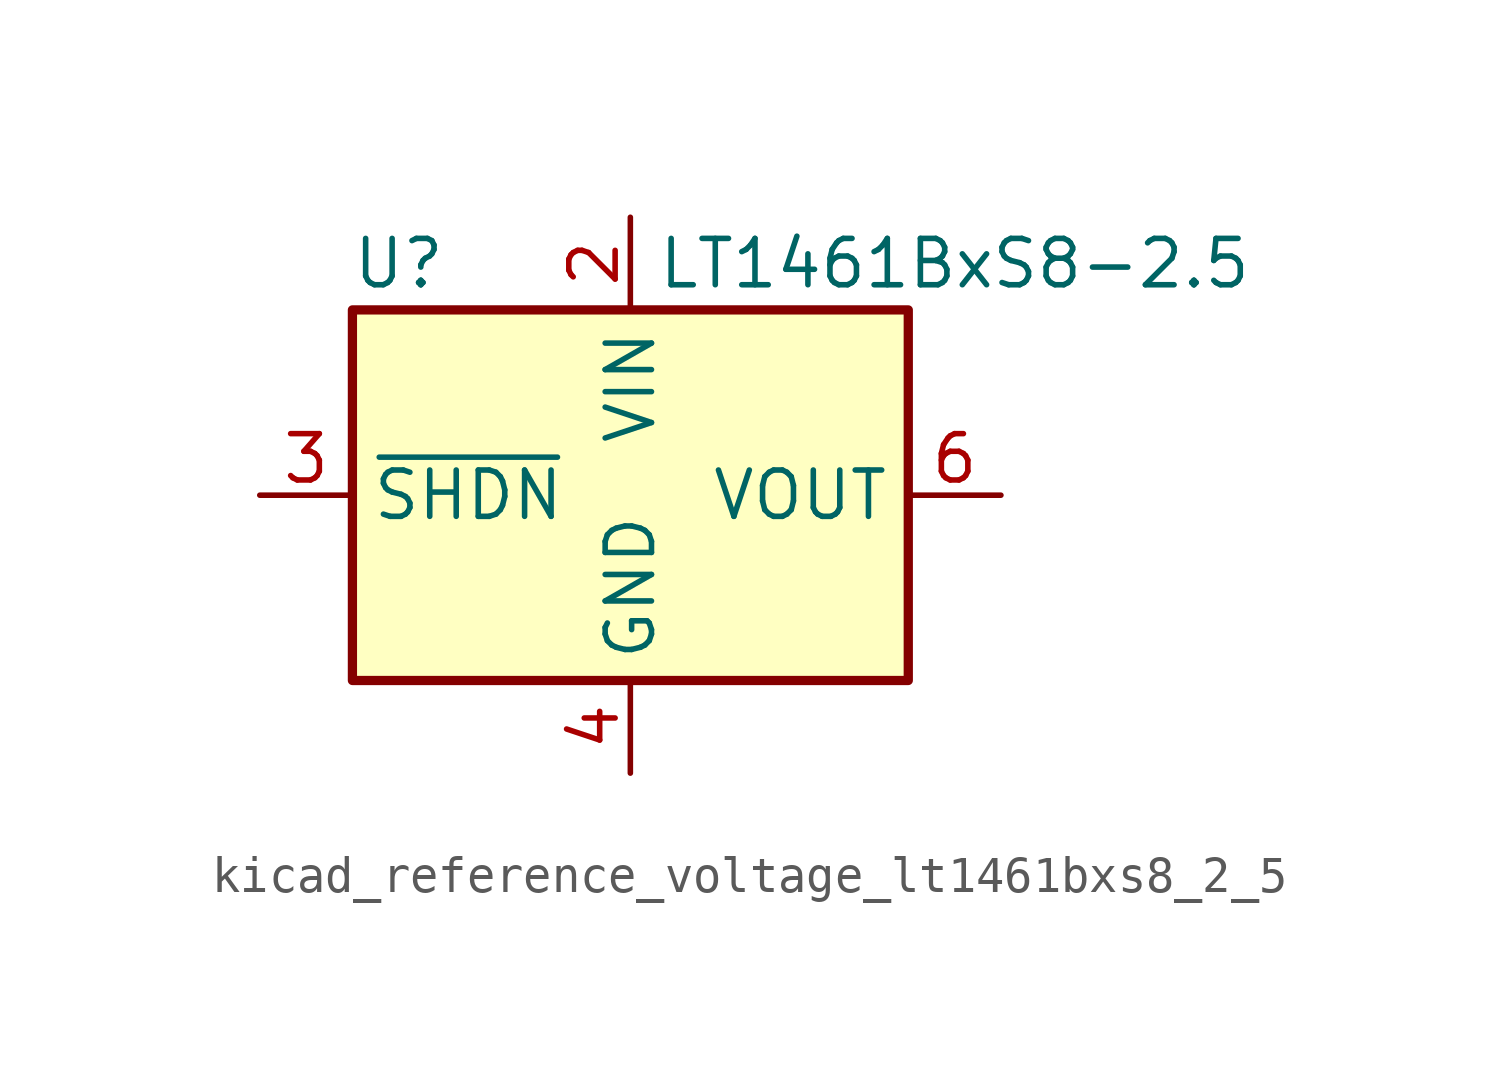
<source format=kicad_sym>
(kicad_symbol_lib
  (version 20220914)
  (generator kicad_symbol_editor)
  (symbol "kicad_reference_voltage_lt1461bxs8_2_5"
    (property "Reference" "U"
      (at -6.35 6.35 0)
      (effects (font (size 1.27 1.27))))
    (property "Value" "LT1461BxS8-2.5"
      (at 8.89 6.35 0)
      (effects (font (size 1.27 1.27))))
    (symbol "kicad_reference_voltage_lt1461bxs8_2_5_1_1"
      (rectangle (start -7.62 5.08) (end 7.62 -5.08) (stroke (width 0.254) (type default)) (fill (type background)))
      (pin no_connect line (at 7.62 -2.54 180) (length 2.54) hide (name "DNC" (effects (font (size 1.27 1.27)))) (number "1" (effects (font (size 1.27 1.27)))))
      (pin power_in line (at 0 7.62 270) (length 2.54) (name "VIN" (effects (font (size 1.27 1.27)))) (number "2" (effects (font (size 1.27 1.27)))))
      (pin input line (at -10.16 0 0) (length 2.54) (name "~{SHDN}" (effects (font (size 1.27 1.27)))) (number "3" (effects (font (size 1.27 1.27)))))
      (pin power_in line (at 0 -7.62 90) (length 2.54) (name "GND" (effects (font (size 1.27 1.27)))) (number "4" (effects (font (size 1.27 1.27)))))
      (pin no_connect line (at -7.62 -2.54 0) (length 2.54) hide (name "DNC" (effects (font (size 1.27 1.27)))) (number "5" (effects (font (size 1.27 1.27)))))
      (pin power_out line (at 10.16 0 180) (length 2.54) (name "VOUT" (effects (font (size 1.27 1.27)))) (number "6" (effects (font (size 1.27 1.27)))))
      (pin no_connect line (at -7.62 2.54 0) (length 2.54) hide (name "DNC" (effects (font (size 1.27 1.27)))) (number "7" (effects (font (size 1.27 1.27)))))
      (pin no_connect line (at 7.62 2.54 180) (length 2.54) hide (name "DNC" (effects (font (size 1.27 1.27)))) (number "8" (effects (font (size 1.27 1.27))))))))
</source>
